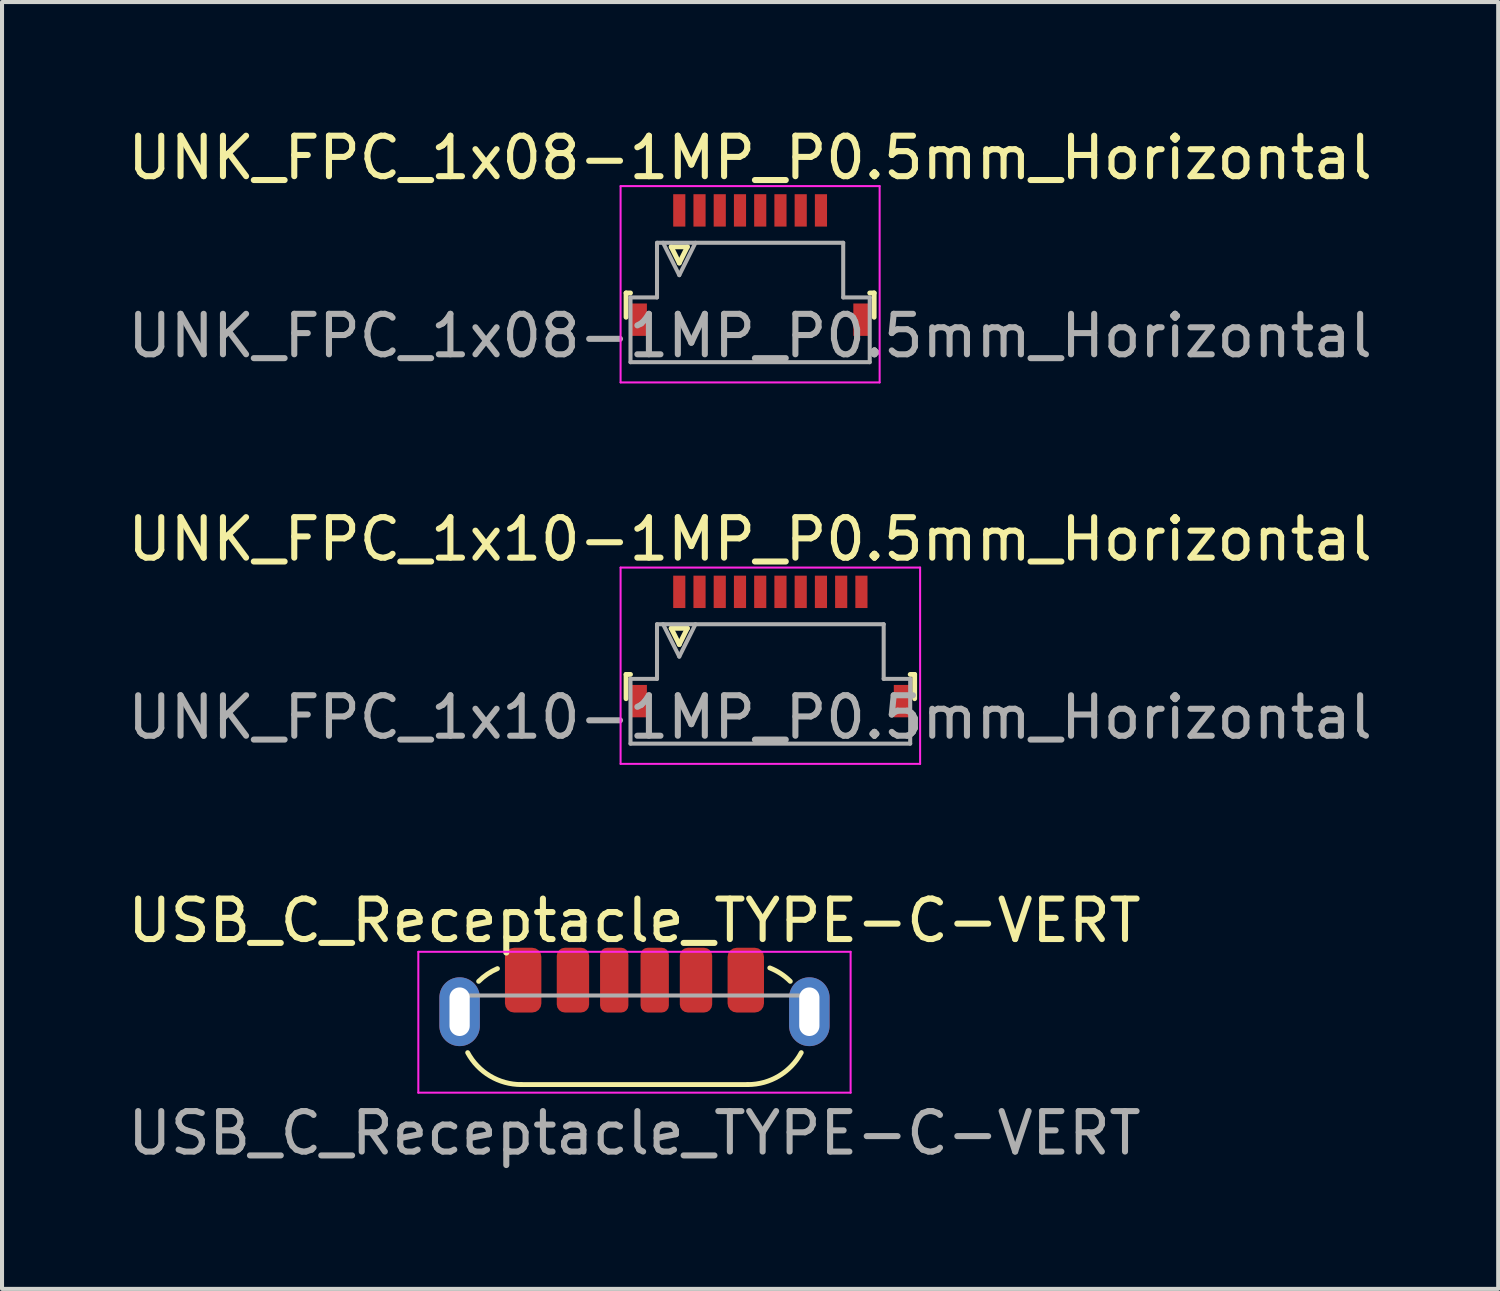
<source format=kicad_pcb>
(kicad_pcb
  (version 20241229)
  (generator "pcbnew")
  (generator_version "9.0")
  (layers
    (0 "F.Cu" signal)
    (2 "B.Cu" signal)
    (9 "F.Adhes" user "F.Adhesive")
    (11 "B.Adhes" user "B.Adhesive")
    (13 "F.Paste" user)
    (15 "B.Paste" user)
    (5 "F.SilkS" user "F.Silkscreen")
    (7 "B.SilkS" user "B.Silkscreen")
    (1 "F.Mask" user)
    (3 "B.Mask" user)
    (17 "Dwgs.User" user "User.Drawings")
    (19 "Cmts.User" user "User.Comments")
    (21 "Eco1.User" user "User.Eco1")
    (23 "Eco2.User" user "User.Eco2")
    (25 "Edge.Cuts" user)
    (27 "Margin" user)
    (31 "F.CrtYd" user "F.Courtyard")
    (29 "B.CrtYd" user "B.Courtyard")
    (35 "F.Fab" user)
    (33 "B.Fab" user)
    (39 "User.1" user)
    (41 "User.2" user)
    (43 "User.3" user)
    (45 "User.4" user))
  (footprint "UNK_FPC_1x10-1MP_P0.5mm_Horizontal"
    (layer "F.Cu")
    (at 15.982 11.572)
    (property "Reference" "UNK_FPC_1x10-1MP_P0.5mm_Horizontal" (at -0.5 -1.3 0) (layer "F.SilkS") (effects (font (size 1 1) (thickness 0.15))))
    (attr smd)
    (fp_line (start -3.565 2.04) (end -3.565 2.64) (stroke (width 0.12) (type solid)) (layer "F.SilkS"))
    (fp_line (start -3.455 2.04) (end -3.565 2.04) (stroke (width 0.12) (type solid)) (layer "F.SilkS"))
    (fp_line (start -2.45 0.9) (end -2.25 1.3) (stroke (width 0.12) (type solid)) (layer "F.SilkS"))
    (fp_line (start -2.25 1.3) (end -2.05 0.9) (stroke (width 0.12) (type solid)) (layer "F.SilkS"))
    (fp_line (start -2.05 0.9) (end -2.45 0.9) (stroke (width 0.12) (type solid)) (layer "F.SilkS"))
    (fp_line (start 3.455 2.04) (end 3.565 2.04) (stroke (width 0.12) (type solid)) (layer "F.SilkS"))
    (fp_line (start 3.565 2.04) (end 3.565 2.64) (stroke (width 0.12) (type solid)) (layer "F.SilkS"))
    (fp_line (start -3.7 -0.6) (end -3.7 4.25) (stroke (width 0.05) (type solid)) (layer "F.CrtYd"))
    (fp_line (start -3.7 4.25) (end 3.7 4.25) (stroke (width 0.05) (type solid)) (layer "F.CrtYd"))
    (fp_line (start 3.7 -0.6) (end -3.7 -0.6) (stroke (width 0.05) (type solid)) (layer "F.CrtYd"))
    (fp_line (start 3.7 4.25) (end 3.7 -0.6) (stroke (width 0.05) (type solid)) (layer "F.CrtYd"))
    (fp_line (start -3.455 2.15) (end -2.8 2.15) (stroke (width 0.1) (type solid)) (layer "F.Fab"))
    (fp_line (start -3.455 3.75) (end -3.455 2.15) (stroke (width 0.1) (type solid)) (layer "F.Fab"))
    (fp_line (start -2.8 0.8) (end 2.8 0.8) (stroke (width 0.1) (type solid)) (layer "F.Fab"))
    (fp_line (start -2.8 2.15) (end -2.8 0.8) (stroke (width 0.1) (type solid)) (layer "F.Fab"))
    (fp_line (start -2.65 0.8) (end -2.25 1.6) (stroke (width 0.1) (type solid)) (layer "F.Fab"))
    (fp_line (start -2.25 1.6) (end -1.85 0.8) (stroke (width 0.1) (type solid)) (layer "F.Fab"))
    (fp_line (start 2.8 0.8) (end 2.8 2.15) (stroke (width 0.1) (type solid)) (layer "F.Fab"))
    (fp_line (start 2.8 2.15) (end 3.455 2.15) (stroke (width 0.1) (type solid)) (layer "F.Fab"))
    (fp_line (start 3.455 2.15) (end 3.455 3.75) (stroke (width 0.1) (type solid)) (layer "F.Fab"))
    (fp_line (start 3.455 3.75) (end -3.455 3.75) (stroke (width 0.1) (type solid)) (layer "F.Fab"))
    (fp_text user "${REFERENCE}" (at -0.5 3.1 0) (layer "F.Fab") (effects (font (size 1 1) (thickness 0.15))))
    (pad "1" smd rect (at -2.25 0) (size 0.3 0.8) (layers "F.Cu" "F.Mask" "F.Paste"))
    (pad "2" smd rect (at -1.75 0) (size 0.3 0.8) (layers "F.Cu" "F.Mask" "F.Paste"))
    (pad "3" smd rect (at -1.25 0) (size 0.3 0.8) (layers "F.Cu" "F.Mask" "F.Paste"))
    (pad "4" smd rect (at -0.75 0) (size 0.3 0.8) (layers "F.Cu" "F.Mask" "F.Paste"))
    (pad "5" smd rect (at -0.25 0) (size 0.3 0.8) (layers "F.Cu" "F.Mask" "F.Paste"))
    (pad "6" smd rect (at 0.25 0) (size 0.3 0.8) (layers "F.Cu" "F.Mask" "F.Paste"))
    (pad "7" smd rect (at 0.75 0) (size 0.3 0.8) (layers "F.Cu" "F.Mask" "F.Paste"))
    (pad "8" smd rect (at 1.25 0) (size 0.3 0.8) (layers "F.Cu" "F.Mask" "F.Paste"))
    (pad "9" smd rect (at 1.75 0) (size 0.3 0.8) (layers "F.Cu" "F.Mask" "F.Paste"))
    (pad "10" smd rect (at 2.25 0) (size 0.3 0.8) (layers "F.Cu" "F.Mask" "F.Paste"))
    (pad "MP" smd rect (at -3.25 2.7) (size 0.4 0.8) (layers "F.Cu" "F.Mask" "F.Paste"))
    (pad "MP" smd rect (at 3.25 2.7) (size 0.4 0.8) (layers "F.Cu" "F.Mask" "F.Paste")))
  (footprint "USB_C_Receptacle_TYPE-C-VERT"
    (layer "F.Cu")
    (at 12.625 21.945)
    (property "Reference" "USB_C_Receptacle_TYPE-C-VERT" (at 0 -2.25 0) (layer "F.SilkS") (effects (font (size 1 1) (thickness 0.15))))
    (attr smd)
    (fp_line (start -2.8 1.8) (end 2.8 1.8) (stroke (width 0.12) (type default)) (layer "F.SilkS"))
    (fp_arc (start -3.849999 -0.749999) (mid -3.632491 -0.929616) (end -3.38494 -1.06486) (stroke (width 0.12) (type default)) (layer "F.SilkS"))
    (fp_arc (start -2.8 1.8) (mid -3.56918 1.587774) (end -4.120707 1.01115) (stroke (width 0.12) (type default)) (layer "F.SilkS"))
    (fp_arc (start 3.342966 -1.082095) (mid 3.613607 -0.942192) (end 3.85 -0.75) (stroke (width 0.12) (type default)) (layer "F.SilkS"))
    (fp_arc (start 4.120707 1.01115) (mid 3.56918 1.587775) (end 2.8 1.8) (stroke (width 0.12) (type default)) (layer "F.SilkS"))
    (fp_line (start -5.34 -1.48) (end -5.34 2) (stroke (width 0.05) (type solid)) (layer "F.CrtYd"))
    (fp_line (start -5.34 -1.48) (end 5.34 -1.48) (stroke (width 0.05) (type solid)) (layer "F.CrtYd"))
    (fp_line (start -5.34 2) (end 5.34 2) (stroke (width 0.05) (type solid)) (layer "F.CrtYd"))
    (fp_line (start 5.34 -1.48) (end 5.34 2) (stroke (width 0.05) (type solid)) (layer "F.CrtYd"))
    (fp_line (start -4.47 -0.4) (end 4.47 -0.4) (stroke (width 0.1) (type solid)) (layer "F.Fab"))
    (fp_text user "${REFERENCE}" (at 0 3 0) (layer "F.Fab") (effects (font (size 1 1) (thickness 0.15))))
    (pad "A5" smd roundrect (at -0.5 -0.78) (size 0.7 1.6) (layers "F.Cu" "F.Mask" "F.Paste") (roundrect_rratio 0.25))
    (pad "A9" smd roundrect (at 1.52 -0.78) (size 0.8 1.6) (layers "F.Cu" "F.Mask" "F.Paste") (roundrect_rratio 0.25))
    (pad "A12" smd roundrect (at 2.75 -0.78) (size 0.9 1.6) (layers "F.Cu" "F.Mask" "F.Paste") (roundrect_rratio 0.25))
    (pad "B5" smd roundrect (at 0.5 -0.78) (size 0.7 1.6) (layers "F.Cu" "F.Mask" "F.Paste") (roundrect_rratio 0.25))
    (pad "B9" smd roundrect (at -1.52 -0.78) (size 0.8 1.6) (layers "F.Cu" "F.Mask" "F.Paste") (roundrect_rratio 0.25))
    (pad "B12" smd roundrect (at -2.75 -0.78) (size 0.9 1.6) (layers "F.Cu" "F.Mask" "F.Paste") (roundrect_rratio 0.25))
    (pad "S1" thru_hole oval (at -4.32 0) (size 1 1.7) (drill oval 0.5 1.2) (property pad_prop_heatsink) (layers "*.Cu" "*.Mask"))
    (pad "S1" thru_hole oval (at 4.32 0) (size 1 1.7) (drill oval 0.5 1.2) (property pad_prop_heatsink) (layers "*.Cu" "*.Mask")))
  (footprint "UNK_FPC_1x08-1MP_P0.5mm_Horizontal"
    (layer "F.Cu")
    (at 15.482 2.148)
    (property "Reference" "UNK_FPC_1x08-1MP_P0.5mm_Horizontal" (at 0 -1.3 0) (layer "F.SilkS") (effects (font (size 1 1) (thickness 0.15))))
    (attr smd)
    (fp_line (start -3.065 2.04) (end -3.065 2.64) (stroke (width 0.12) (type solid)) (layer "F.SilkS"))
    (fp_line (start -2.955 2.04) (end -3.065 2.04) (stroke (width 0.12) (type solid)) (layer "F.SilkS"))
    (fp_line (start -1.95 0.9) (end -1.75 1.3) (stroke (width 0.12) (type solid)) (layer "F.SilkS"))
    (fp_line (start -1.75 1.3) (end -1.55 0.9) (stroke (width 0.12) (type solid)) (layer "F.SilkS"))
    (fp_line (start -1.55 0.9) (end -1.95 0.9) (stroke (width 0.12) (type solid)) (layer "F.SilkS"))
    (fp_line (start 2.955 2.04) (end 3.065 2.04) (stroke (width 0.12) (type solid)) (layer "F.SilkS"))
    (fp_line (start 3.065 2.04) (end 3.065 2.64) (stroke (width 0.12) (type solid)) (layer "F.SilkS"))
    (fp_line (start -3.2 -0.6) (end -3.2 4.25) (stroke (width 0.05) (type solid)) (layer "F.CrtYd"))
    (fp_line (start -3.2 4.25) (end 3.2 4.25) (stroke (width 0.05) (type solid)) (layer "F.CrtYd"))
    (fp_line (start 3.2 -0.6) (end -3.2 -0.6) (stroke (width 0.05) (type solid)) (layer "F.CrtYd"))
    (fp_line (start 3.2 4.25) (end 3.2 -0.6) (stroke (width 0.05) (type solid)) (layer "F.CrtYd"))
    (fp_line (start -2.955 2.15) (end -2.3 2.15) (stroke (width 0.1) (type solid)) (layer "F.Fab"))
    (fp_line (start -2.955 3.75) (end -2.955 2.15) (stroke (width 0.1) (type solid)) (layer "F.Fab"))
    (fp_line (start -2.3 0.8) (end 2.3 0.8) (stroke (width 0.1) (type solid)) (layer "F.Fab"))
    (fp_line (start -2.3 2.15) (end -2.3 0.8) (stroke (width 0.1) (type solid)) (layer "F.Fab"))
    (fp_line (start -2.15 0.8) (end -1.75 1.6) (stroke (width 0.1) (type solid)) (layer "F.Fab"))
    (fp_line (start -1.75 1.6) (end -1.35 0.8) (stroke (width 0.1) (type solid)) (layer "F.Fab"))
    (fp_line (start 2.3 0.8) (end 2.3 2.15) (stroke (width 0.1) (type solid)) (layer "F.Fab"))
    (fp_line (start 2.3 2.15) (end 2.955 2.15) (stroke (width 0.1) (type solid)) (layer "F.Fab"))
    (fp_line (start 2.955 2.15) (end 2.955 3.75) (stroke (width 0.1) (type solid)) (layer "F.Fab"))
    (fp_line (start 2.955 3.75) (end -2.955 3.75) (stroke (width 0.1) (type solid)) (layer "F.Fab"))
    (fp_text user "${REFERENCE}" (at 0 3.1 0) (layer "F.Fab") (effects (font (size 1 1) (thickness 0.15))))
    (pad "1" smd rect (at -1.75 0) (size 0.3 0.8) (layers "F.Cu" "F.Mask" "F.Paste"))
    (pad "2" smd rect (at -1.25 0) (size 0.3 0.8) (layers "F.Cu" "F.Mask" "F.Paste"))
    (pad "3" smd rect (at -0.75 0) (size 0.3 0.8) (layers "F.Cu" "F.Mask" "F.Paste"))
    (pad "4" smd rect (at -0.25 0) (size 0.3 0.8) (layers "F.Cu" "F.Mask" "F.Paste"))
    (pad "5" smd rect (at 0.25 0) (size 0.3 0.8) (layers "F.Cu" "F.Mask" "F.Paste"))
    (pad "6" smd rect (at 0.75 0) (size 0.3 0.8) (layers "F.Cu" "F.Mask" "F.Paste"))
    (pad "7" smd rect (at 1.25 0) (size 0.3 0.8) (layers "F.Cu" "F.Mask" "F.Paste"))
    (pad "8" smd rect (at 1.75 0) (size 0.3 0.8) (layers "F.Cu" "F.Mask" "F.Paste"))
    (pad "MP" smd rect (at -2.75 2.7) (size 0.4 0.8) (layers "F.Cu" "F.Mask" "F.Paste"))
    (pad "MP" smd rect (at 2.75 2.7) (size 0.4 0.8) (layers "F.Cu" "F.Mask" "F.Paste")))
  (gr_rect
    (start -3 -3)
    (end 33.964 28.793)
    (stroke (width 0.1) (type default))
    (fill no)
    (layer "Edge.Cuts")))
</source>
